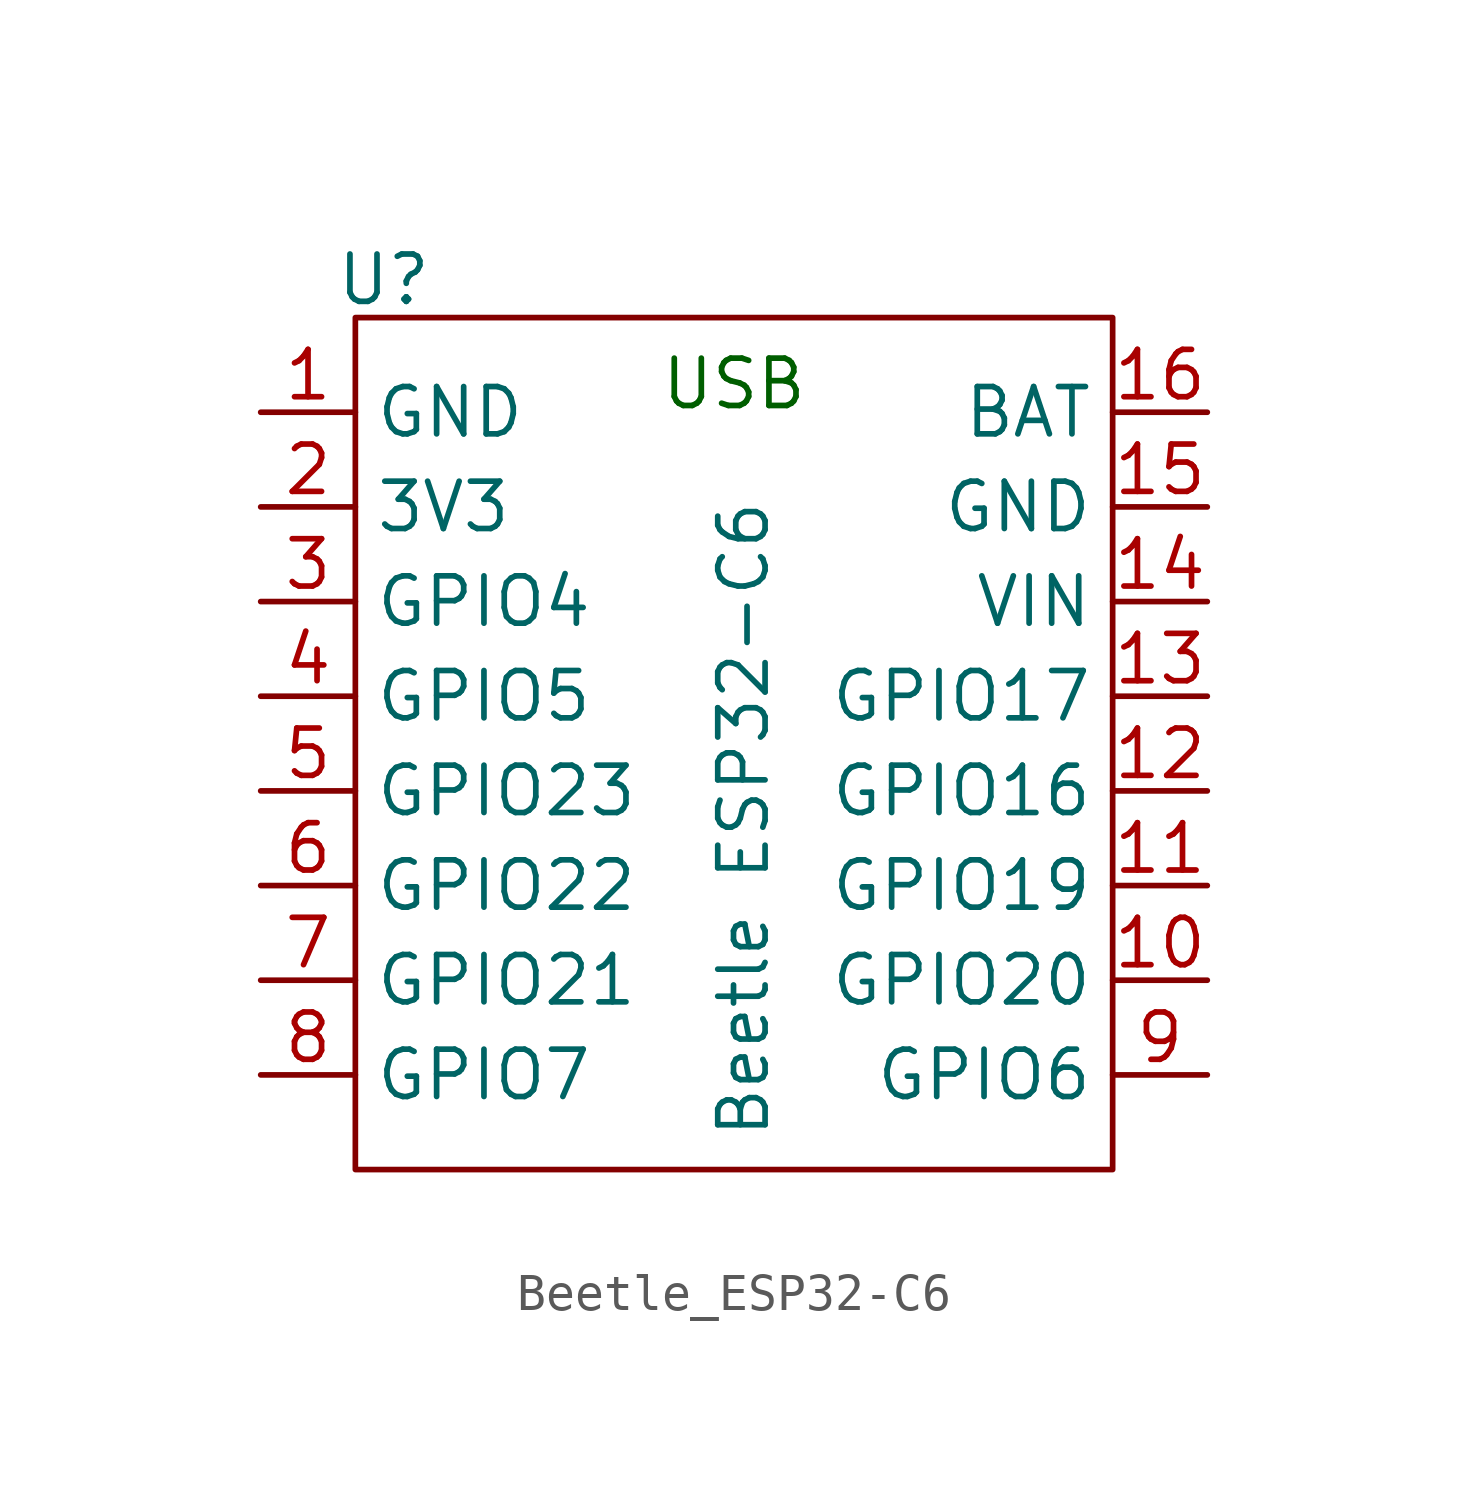
<source format=kicad_sym>
(kicad_symbol_lib
  (version 20231120)
  (generator "kicad_symbol_editor")
  (generator_version "8.0")
  (symbol "Beetle_ESP32-C6"
    (property "Reference" "U"
      (at 0.762 23.876 0)
      (effects (font (size 1.27 1.27))))
    (property "Value" "Beetle ESP32-C6"
      (at 10.414 9.398 90)
      (effects (font (size 1.27 1.27))))
    (symbol "Beetle_ESP32-C6_0_1"
      (rectangle (start 0 22.86) (end 20.32 0) (stroke (width 0) (type default)) (fill (type none))))
    (symbol "Beetle_ESP32-C6_1_1"
      (text "USB" (at 10.16 21.082 0) (effects (font (size 1.27 1.27) (color 0 94 0 1))))
      (pin power_out line (at -2.54 20.32 0) (length 2.54) (name "GND" (effects (font (size 1.27 1.27)))) (number "1" (effects (font (size 1.27 1.27)))))
      (pin bidirectional line (at 22.86 5.08 180) (length 2.54) (name "GPIO20" (effects (font (size 1.27 1.27)))) (number "10" (effects (font (size 1.27 1.27)))))
      (pin bidirectional line (at 22.86 7.62 180) (length 2.54) (name "GPIO19" (effects (font (size 1.27 1.27)))) (number "11" (effects (font (size 1.27 1.27)))))
      (pin bidirectional line (at 22.86 10.16 180) (length 2.54) (name "GPIO16" (effects (font (size 1.27 1.27)))) (number "12" (effects (font (size 1.27 1.27)))))
      (pin bidirectional line (at 22.86 12.7 180) (length 2.54) (name "GPIO17" (effects (font (size 1.27 1.27)))) (number "13" (effects (font (size 1.27 1.27)))))
      (pin power_in line (at 22.86 15.24 180) (length 2.54) (name "VIN" (effects (font (size 1.27 1.27)))) (number "14" (effects (font (size 1.27 1.27)))))
      (pin power_in line (at 22.86 17.78 180) (length 2.54) (name "GND" (effects (font (size 1.27 1.27)))) (number "15" (effects (font (size 1.27 1.27)))))
      (pin power_in line (at 22.86 20.32 180) (length 2.54) (name "BAT" (effects (font (size 1.27 1.27)))) (number "16" (effects (font (size 1.27 1.27)))))
      (pin power_out line (at -2.54 17.78 0) (length 2.54) (name "3V3" (effects (font (size 1.27 1.27)))) (number "2" (effects (font (size 1.27 1.27)))))
      (pin bidirectional line (at -2.54 15.24 0) (length 2.54) (name "GPIO4" (effects (font (size 1.27 1.27)))) (number "3" (effects (font (size 1.27 1.27)))))
      (pin bidirectional line (at -2.54 12.7 0) (length 2.54) (name "GPIO5" (effects (font (size 1.27 1.27)))) (number "4" (effects (font (size 1.27 1.27)))))
      (pin bidirectional line (at -2.54 10.16 0) (length 2.54) (name "GPIO23" (effects (font (size 1.27 1.27)))) (number "5" (effects (font (size 1.27 1.27)))))
      (pin bidirectional line (at -2.54 7.62 0) (length 2.54) (name "GPIO22" (effects (font (size 1.27 1.27)))) (number "6" (effects (font (size 1.27 1.27)))))
      (pin bidirectional line (at -2.54 5.08 0) (length 2.54) (name "GPIO21" (effects (font (size 1.27 1.27)))) (number "7" (effects (font (size 1.27 1.27)))))
      (pin bidirectional line (at -2.54 2.54 0) (length 2.54) (name "GPIO7" (effects (font (size 1.27 1.27)))) (number "8" (effects (font (size 1.27 1.27)))))
      (pin bidirectional line (at 22.86 2.54 180) (length 2.54) (name "GPIO6" (effects (font (size 1.27 1.27)))) (number "9" (effects (font (size 1.27 1.27))))))))
</source>
